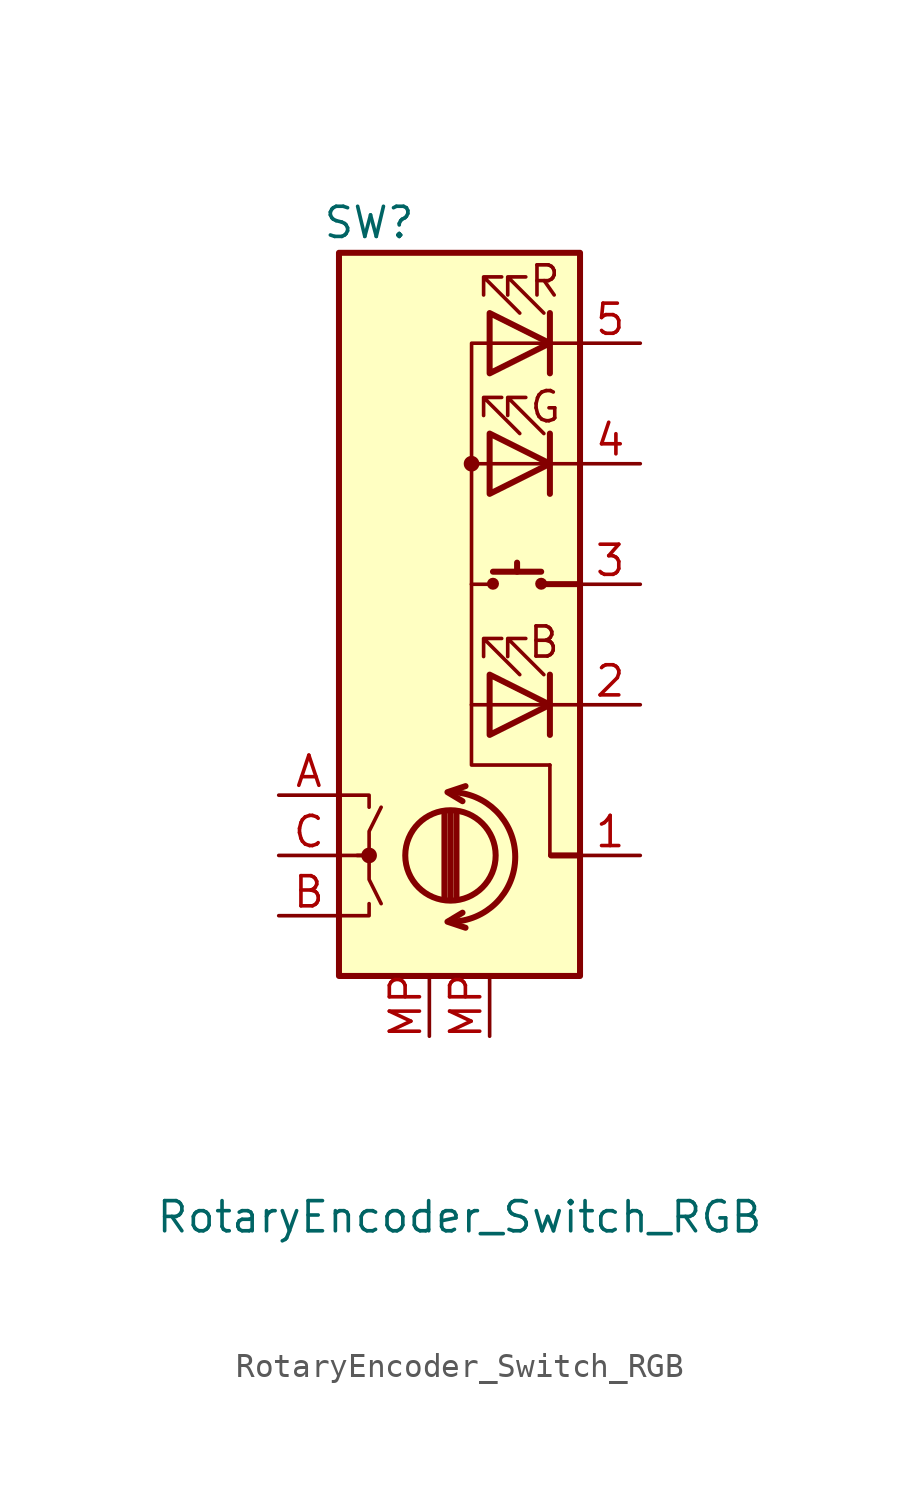
<source format=kicad_sym>
(kicad_symbol_lib
  (version 20211014)
  (generator kicad_symbol_editor)
  (symbol "RotaryEncoder_Switch_RGB"
    (pin_names
      (offset 0.254) hide)
    (property "Reference" "SW"
      (at -3.81 25.4 0)
      (effects (font (size 1.27 1.27))))
    (property "Value" "RotaryEncoder_Switch_RGB"
      (at 0 -16.51 0)
      (effects (font (size 1.27 1.27))))
    (symbol "RotaryEncoder_Switch_RGB_0_0"
      (text "B" (at 3.557 7.714 0) (effects (font (size 1.27 1.27))))
      (text "G" (at 3.621 17.633 0) (effects (font (size 1.27 1.27))))
      (text "R" (at 3.598 22.932 0) (effects (font (size 1.27 1.27)))))
    (symbol "RotaryEncoder_Switch_RGB_0_1"
      (rectangle (start -5.08 24.13) (end 5.08 -6.35) (stroke (width 0.254) (type default) (color 0 0 0 0)) (fill (type background)))
      (circle (center -3.81 -1.27) (radius 0.254) (stroke (width 0) (type default) (color 0 0 0 0)) (fill (type outline)))
      (arc (start -0.381 -4.064) (mid 2.3622 -1.3335) (end -0.381 1.397) (stroke (width 0.254) (type default) (color 0 0 0 0)) (fill (type none)))
      (circle (center -0.381 -1.27) (radius 1.905) (stroke (width 0.254) (type default) (color 0 0 0 0)) (fill (type none)))
      (polyline (pts (xy -0.635 -3.048) (xy -0.635 0.508)) (stroke (width 0.254) (type default) (color 0 0 0 0)) (fill (type none)))
      (polyline (pts (xy -0.381 -3.048) (xy -0.381 0.508)) (stroke (width 0.254) (type default) (color 0 0 0 0)) (fill (type none)))
      (polyline (pts (xy -0.127 0.508) (xy -0.127 -3.048)) (stroke (width 0.254) (type default) (color 0 0 0 0)) (fill (type none)))
      (polyline (pts (xy 1.27 5.08) (xy 0.502 5.08)) (stroke (width 0) (type default) (color 0 0 0 0)) (fill (type none)))
      (polyline (pts (xy 1.27 10.16) (xy 0.502 10.16)) (stroke (width 0) (type default) (color 0 0 0 0)) (fill (type none)))
      (polyline (pts (xy 1.27 15.24) (xy 0.502 15.24)) (stroke (width 0) (type default) (color 0 0 0 0)) (fill (type none)))
      (polyline (pts (xy 1.27 15.24) (xy 3.81 15.24)) (stroke (width 0) (type default) (color 0 0 0 0)) (fill (type none)))
      (polyline (pts (xy 2.427 10.689) (xy 2.427 11.07)) (stroke (width 0.254) (type default) (color 0 0 0 0)) (fill (type none)))
      (polyline (pts (xy 3.443 10.689) (xy 1.411 10.689)) (stroke (width 0.254) (type default) (color 0 0 0 0)) (fill (type none)))
      (polyline (pts (xy 3.81 2.54) (xy 3.81 -1.27)) (stroke (width 0) (type default) (color 0 0 0 0)) (fill (type none)))
      (polyline (pts (xy 3.81 5.08) (xy 1.27 5.08)) (stroke (width 0) (type default) (color 0 0 0 0)) (fill (type none)))
      (polyline (pts (xy 3.81 5.08) (xy 5.08 5.08)) (stroke (width 0) (type default) (color 0 0 0 0)) (fill (type none)))
      (polyline (pts (xy 3.81 6.35) (xy 3.81 3.81)) (stroke (width 0.254) (type default) (color 0 0 0 0)) (fill (type none)))
      (polyline (pts (xy 3.81 15.24) (xy 5.08 15.24)) (stroke (width 0) (type default) (color 0 0 0 0)) (fill (type none)))
      (polyline (pts (xy 3.81 16.51) (xy 3.81 13.97)) (stroke (width 0.254) (type default) (color 0 0 0 0)) (fill (type none)))
      (polyline (pts (xy 3.81 20.32) (xy 1.27 20.32)) (stroke (width 0) (type default) (color 0 0 0 0)) (fill (type none)))
      (polyline (pts (xy 3.81 20.32) (xy 5.08 20.32)) (stroke (width 0) (type default) (color 0 0 0 0)) (fill (type none)))
      (polyline (pts (xy 3.81 21.59) (xy 3.81 19.05)) (stroke (width 0.254) (type default) (color 0 0 0 0)) (fill (type none)))
      (polyline (pts (xy -5.08 -3.81) (xy -3.81 -3.81) (xy -3.81 -3.302)) (stroke (width 0) (type default) (color 0 0 0 0)) (fill (type none)))
      (polyline (pts (xy -5.08 1.27) (xy -3.81 1.27) (xy -3.81 0.762)) (stroke (width 0) (type default) (color 0 0 0 0)) (fill (type none)))
      (polyline (pts (xy 0.254 -4.318) (xy -0.508 -4.064) (xy 0.127 -3.683)) (stroke (width 0.254) (type default) (color 0 0 0 0)) (fill (type none)))
      (polyline (pts (xy 0.254 1.651) (xy -0.508 1.397) (xy 0.127 1.016)) (stroke (width 0.254) (type default) (color 0 0 0 0)) (fill (type none)))
      (polyline (pts (xy 3.81 16.51) (xy 3.81 13.97) (xy 3.81 13.97)) (stroke (width 0) (type default) (color 0 0 0 0)) (fill (type none)))
      (polyline (pts (xy 3.81 21.59) (xy 3.81 19.05) (xy 3.81 19.05)) (stroke (width 0) (type default) (color 0 0 0 0)) (fill (type none)))
      (polyline (pts (xy 5.08 -1.27) (xy 4.318 -1.27) (xy 3.86 -1.27)) (stroke (width 0.254) (type default) (color 0 0 0 0)) (fill (type none)))
      (polyline (pts (xy 5.08 10.16) (xy 5.083 10.165) (xy 3.497 10.165)) (stroke (width 0.254) (type default) (color 0 0 0 0)) (fill (type none)))
      (polyline (pts (xy -5.08 -1.27) (xy -3.81 -1.27) (xy -3.81 -2.286) (xy -3.302 -3.302)) (stroke (width 0) (type default) (color 0 0 0 0)) (fill (type none)))
      (polyline (pts (xy -4.318 -1.27) (xy -3.81 -1.27) (xy -3.81 -0.254) (xy -3.302 0.762)) (stroke (width 0) (type default) (color 0 0 0 0)) (fill (type none)))
      (polyline (pts (xy 1.27 6.35) (xy 1.27 3.81) (xy 3.81 5.08) (xy 1.27 6.35)) (stroke (width 0.254) (type default) (color 0 0 0 0)) (fill (type none)))
      (polyline (pts (xy 1.27 16.51) (xy 1.27 13.97) (xy 3.81 15.24) (xy 1.27 16.51)) (stroke (width 0.254) (type default) (color 0 0 0 0)) (fill (type none)))
      (polyline (pts (xy 1.27 21.59) (xy 1.27 19.05) (xy 3.81 20.32) (xy 1.27 21.59)) (stroke (width 0.254) (type default) (color 0 0 0 0)) (fill (type none)))
      (polyline (pts (xy 3.809 2.54) (xy 0.505 2.54) (xy 0.509 20.32) (xy 1.27 20.32)) (stroke (width 0) (type default) (color 0 0 0 0)) (fill (type none)))
      (polyline (pts (xy 2.54 6.35) (xy 1.016 7.874) (xy 1.778 7.874) (xy 1.016 7.874) (xy 1.016 7.112)) (stroke (width 0) (type default) (color 0 0 0 0)) (fill (type none)))
      (polyline (pts (xy 2.54 16.51) (xy 1.016 18.034) (xy 1.778 18.034) (xy 1.016 18.034) (xy 1.016 17.272)) (stroke (width 0) (type default) (color 0 0 0 0)) (fill (type none)))
      (polyline (pts (xy 2.54 21.59) (xy 1.016 23.114) (xy 1.778 23.114) (xy 1.016 23.114) (xy 1.016 22.352)) (stroke (width 0) (type default) (color 0 0 0 0)) (fill (type none)))
      (polyline (pts (xy 3.556 6.35) (xy 2.032 7.874) (xy 2.794 7.874) (xy 2.032 7.874) (xy 2.032 7.112)) (stroke (width 0) (type default) (color 0 0 0 0)) (fill (type none)))
      (polyline (pts (xy 3.556 16.51) (xy 2.032 18.034) (xy 2.794 18.034) (xy 2.032 18.034) (xy 2.032 17.272)) (stroke (width 0) (type default) (color 0 0 0 0)) (fill (type none)))
      (polyline (pts (xy 3.556 21.59) (xy 2.032 23.114) (xy 2.794 23.114) (xy 2.032 23.114) (xy 2.032 22.352)) (stroke (width 0) (type default) (color 0 0 0 0)) (fill (type none)))
      (circle (center 0.508 15.24) (radius 0.254) (stroke (width 0) (type default) (color 0 0 0 0)) (fill (type outline)))
      (rectangle (start 1.27 16.51) (end 1.27 13.97) (stroke (width 0) (type default) (color 0 0 0 0)) (fill (type none)))
      (rectangle (start 1.27 16.51) (end 1.27 16.51) (stroke (width 0) (type default) (color 0 0 0 0)) (fill (type none)))
      (rectangle (start 1.27 21.59) (end 1.27 19.05) (stroke (width 0) (type default) (color 0 0 0 0)) (fill (type none)))
      (rectangle (start 1.27 21.59) (end 1.27 21.59) (stroke (width 0) (type default) (color 0 0 0 0)) (fill (type none)))
      (circle (center 1.411 10.181) (radius 0.127) (stroke (width 0.254) (type default) (color 0 0 0 0)) (fill (type none)))
      (circle (center 3.443 10.181) (radius 0.127) (stroke (width 0.254) (type default) (color 0 0 0 0)) (fill (type none))))
    (symbol "RotaryEncoder_Switch_RGB_1_1"
      (pin passive line (at 7.62 -1.27 180) (length 2.54) (name "CP" (effects (font (size 1.27 1.27)))) (number "1" (effects (font (size 1.27 1.27)))))
      (pin passive line (at 7.62 5.08 180) (length 2.54) (name "BK" (effects (font (size 1.27 1.27)))) (number "2" (effects (font (size 1.27 1.27)))))
      (pin passive line (at 7.62 10.16 180) (length 2.54) (name "3" (effects (font (size 1.27 1.27)))) (number "3" (effects (font (size 1.27 1.27)))))
      (pin passive line (at 7.62 15.24 180) (length 2.54) (name "GK" (effects (font (size 1.27 1.27)))) (number "4" (effects (font (size 1.27 1.27)))))
      (pin passive line (at 7.62 20.32 180) (length 2.54) (name "RK" (effects (font (size 1.27 1.27)))) (number "5" (effects (font (size 1.27 1.27)))))
      (pin passive line (at -7.62 1.27 0) (length 2.54) (name "A" (effects (font (size 1.27 1.27)))) (number "A" (effects (font (size 1.27 1.27)))))
      (pin passive line (at -7.62 -3.81 0) (length 2.54) (name "B" (effects (font (size 1.27 1.27)))) (number "B" (effects (font (size 1.27 1.27)))))
      (pin passive line (at -7.62 -1.27 0) (length 2.54) (name "C" (effects (font (size 1.27 1.27)))) (number "C" (effects (font (size 1.27 1.27)))))
      (pin passive line (at -1.27 -8.89 90) (length 2.54) (name "Shielding" (effects (font (size 1.27 1.27)))) (number "MP" (effects (font (size 1.27 1.27)))))
      (pin passive line (at 1.27 -8.89 90) (length 2.54) (name "Shielding" (effects (font (size 1.27 1.27)))) (number "MP" (effects (font (size 1.27 1.27))))))))
</source>
